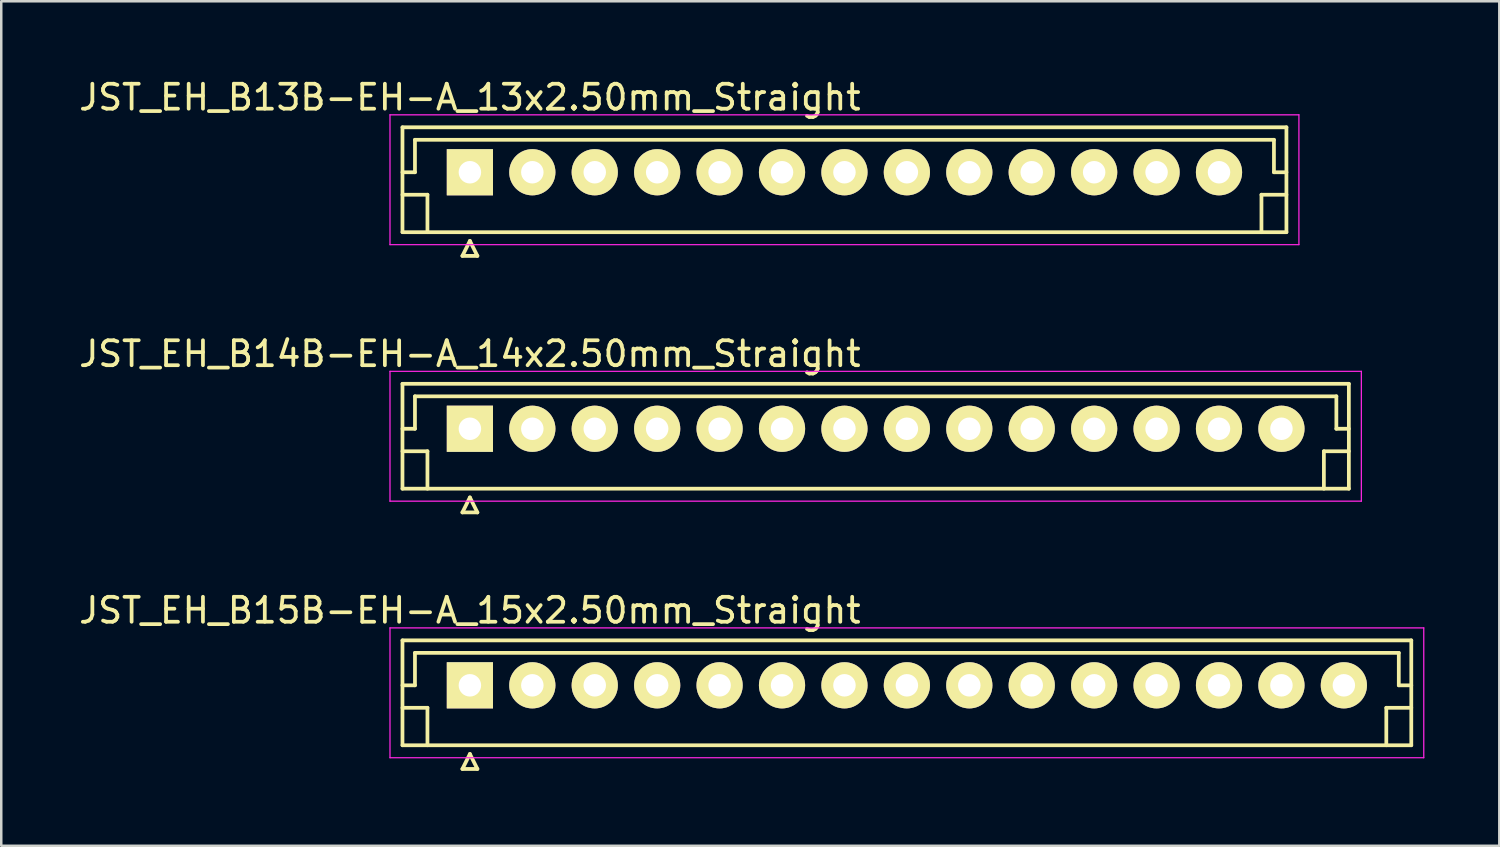
<source format=kicad_pcb>
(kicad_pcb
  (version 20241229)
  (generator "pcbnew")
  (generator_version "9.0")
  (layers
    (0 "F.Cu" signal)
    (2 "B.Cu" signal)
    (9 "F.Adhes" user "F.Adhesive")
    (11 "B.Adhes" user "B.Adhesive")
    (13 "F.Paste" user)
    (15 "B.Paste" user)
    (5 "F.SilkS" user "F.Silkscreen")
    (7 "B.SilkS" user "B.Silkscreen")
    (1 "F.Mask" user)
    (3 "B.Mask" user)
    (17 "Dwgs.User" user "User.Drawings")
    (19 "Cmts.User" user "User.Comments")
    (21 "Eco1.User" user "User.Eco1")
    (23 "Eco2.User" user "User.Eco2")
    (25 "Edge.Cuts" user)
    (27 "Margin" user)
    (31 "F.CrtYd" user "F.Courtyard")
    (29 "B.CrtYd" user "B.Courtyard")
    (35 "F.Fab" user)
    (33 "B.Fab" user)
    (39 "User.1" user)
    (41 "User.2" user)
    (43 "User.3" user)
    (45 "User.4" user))
  (footprint "JST_EH_B14B-EH-A_14x2.50mm_Straight"
    (layer "F.Cu")
    (at 15.768 14.121)
    (property "Reference" "JST_EH_B14B-EH-A_14x2.50mm_Straight" (at 0 -3 0) (layer "F.SilkS") (effects (font (size 1 1) (thickness 0.15))))
    (attr through_hole)
    (fp_line (start -2.7 -1.8) (end -2.7 2.4) (stroke (width 0.15) (type solid)) (layer "F.SilkS"))
    (fp_line (start -2.7 0) (end -2.2 0) (stroke (width 0.15) (type solid)) (layer "F.SilkS"))
    (fp_line (start -2.7 0.9) (end -1.7 0.9) (stroke (width 0.15) (type solid)) (layer "F.SilkS"))
    (fp_line (start -2.7 2.4) (end 35.2 2.4) (stroke (width 0.15) (type solid)) (layer "F.SilkS"))
    (fp_line (start -2.2 -1.3) (end 34.7 -1.3) (stroke (width 0.15) (type solid)) (layer "F.SilkS"))
    (fp_line (start -2.2 0) (end -2.2 -1.3) (stroke (width 0.15) (type solid)) (layer "F.SilkS"))
    (fp_line (start -1.7 0.9) (end -1.7 2.4) (stroke (width 0.15) (type solid)) (layer "F.SilkS"))
    (fp_line (start -0.3 3.35) (end 0.3 3.35) (stroke (width 0.15) (type solid)) (layer "F.SilkS"))
    (fp_line (start 0 2.75) (end -0.3 3.35) (stroke (width 0.15) (type solid)) (layer "F.SilkS"))
    (fp_line (start 0.3 3.35) (end 0 2.75) (stroke (width 0.15) (type solid)) (layer "F.SilkS"))
    (fp_line (start 34.2 0.9) (end 34.2 2.4) (stroke (width 0.15) (type solid)) (layer "F.SilkS"))
    (fp_line (start 34.7 -1.3) (end 34.7 0) (stroke (width 0.15) (type solid)) (layer "F.SilkS"))
    (fp_line (start 34.7 0) (end 35.2 0) (stroke (width 0.15) (type solid)) (layer "F.SilkS"))
    (fp_line (start 35.2 -1.8) (end -2.7 -1.8) (stroke (width 0.15) (type solid)) (layer "F.SilkS"))
    (fp_line (start 35.2 0.9) (end 34.2 0.9) (stroke (width 0.15) (type solid)) (layer "F.SilkS"))
    (fp_line (start 35.2 2.4) (end 35.2 -1.8) (stroke (width 0.15) (type solid)) (layer "F.SilkS"))
    (fp_line (start -3.2 -2.3) (end -3.2 2.9) (stroke (width 0.05) (type solid)) (layer "F.CrtYd"))
    (fp_line (start -3.2 2.9) (end 35.7 2.9) (stroke (width 0.05) (type solid)) (layer "F.CrtYd"))
    (fp_line (start 35.7 -2.3) (end -3.2 -2.3) (stroke (width 0.05) (type solid)) (layer "F.CrtYd"))
    (fp_line (start 35.7 2.9) (end 35.7 -2.3) (stroke (width 0.05) (type solid)) (layer "F.CrtYd"))
    (pad "1" thru_hole rect (at 0 0) (size 1.85 1.85) (drill 0.9) (layers "*.Cu" "*.Mask" "F.SilkS"))
    (pad "2" thru_hole circle (at 2.5 0) (size 1.85 1.85) (drill 0.9) (layers "*.Cu" "*.Mask" "F.SilkS"))
    (pad "3" thru_hole circle (at 5 0) (size 1.85 1.85) (drill 0.9) (layers "*.Cu" "*.Mask" "F.SilkS"))
    (pad "4" thru_hole circle (at 7.5 0) (size 1.85 1.85) (drill 0.9) (layers "*.Cu" "*.Mask" "F.SilkS"))
    (pad "5" thru_hole circle (at 10 0) (size 1.85 1.85) (drill 0.9) (layers "*.Cu" "*.Mask" "F.SilkS"))
    (pad "6" thru_hole circle (at 12.5 0) (size 1.85 1.85) (drill 0.9) (layers "*.Cu" "*.Mask" "F.SilkS"))
    (pad "7" thru_hole circle (at 15 0) (size 1.85 1.85) (drill 0.9) (layers "*.Cu" "*.Mask" "F.SilkS"))
    (pad "8" thru_hole circle (at 17.5 0) (size 1.85 1.85) (drill 0.9) (layers "*.Cu" "*.Mask" "F.SilkS"))
    (pad "9" thru_hole circle (at 20 0) (size 1.85 1.85) (drill 0.9) (layers "*.Cu" "*.Mask" "F.SilkS"))
    (pad "10" thru_hole circle (at 22.5 0) (size 1.85 1.85) (drill 0.9) (layers "*.Cu" "*.Mask" "F.SilkS"))
    (pad "11" thru_hole circle (at 25 0) (size 1.85 1.85) (drill 0.9) (layers "*.Cu" "*.Mask" "F.SilkS"))
    (pad "12" thru_hole circle (at 27.5 0) (size 1.85 1.85) (drill 0.9) (layers "*.Cu" "*.Mask" "F.SilkS"))
    (pad "13" thru_hole circle (at 30 0) (size 1.85 1.85) (drill 0.9) (layers "*.Cu" "*.Mask" "F.SilkS"))
    (pad "14" thru_hole circle (at 32.5 0) (size 1.85 1.85) (drill 0.9) (layers "*.Cu" "*.Mask" "F.SilkS")))
  (footprint "JST_EH_B13B-EH-A_13x2.50mm_Straight"
    (layer "F.Cu")
    (at 15.768 3.848)
    (property "Reference" "JST_EH_B13B-EH-A_13x2.50mm_Straight" (at 0 -3 0) (layer "F.SilkS") (effects (font (size 1 1) (thickness 0.15))))
    (attr through_hole)
    (fp_line (start -2.7 -1.8) (end -2.7 2.4) (stroke (width 0.15) (type solid)) (layer "F.SilkS"))
    (fp_line (start -2.7 0) (end -2.2 0) (stroke (width 0.15) (type solid)) (layer "F.SilkS"))
    (fp_line (start -2.7 0.9) (end -1.7 0.9) (stroke (width 0.15) (type solid)) (layer "F.SilkS"))
    (fp_line (start -2.7 2.4) (end 32.7 2.4) (stroke (width 0.15) (type solid)) (layer "F.SilkS"))
    (fp_line (start -2.2 -1.3) (end 32.2 -1.3) (stroke (width 0.15) (type solid)) (layer "F.SilkS"))
    (fp_line (start -2.2 0) (end -2.2 -1.3) (stroke (width 0.15) (type solid)) (layer "F.SilkS"))
    (fp_line (start -1.7 0.9) (end -1.7 2.4) (stroke (width 0.15) (type solid)) (layer "F.SilkS"))
    (fp_line (start -0.3 3.35) (end 0.3 3.35) (stroke (width 0.15) (type solid)) (layer "F.SilkS"))
    (fp_line (start 0 2.75) (end -0.3 3.35) (stroke (width 0.15) (type solid)) (layer "F.SilkS"))
    (fp_line (start 0.3 3.35) (end 0 2.75) (stroke (width 0.15) (type solid)) (layer "F.SilkS"))
    (fp_line (start 31.7 0.9) (end 31.7 2.4) (stroke (width 0.15) (type solid)) (layer "F.SilkS"))
    (fp_line (start 32.2 -1.3) (end 32.2 0) (stroke (width 0.15) (type solid)) (layer "F.SilkS"))
    (fp_line (start 32.2 0) (end 32.7 0) (stroke (width 0.15) (type solid)) (layer "F.SilkS"))
    (fp_line (start 32.7 -1.8) (end -2.7 -1.8) (stroke (width 0.15) (type solid)) (layer "F.SilkS"))
    (fp_line (start 32.7 0.9) (end 31.7 0.9) (stroke (width 0.15) (type solid)) (layer "F.SilkS"))
    (fp_line (start 32.7 2.4) (end 32.7 -1.8) (stroke (width 0.15) (type solid)) (layer "F.SilkS"))
    (fp_line (start -3.2 -2.3) (end -3.2 2.9) (stroke (width 0.05) (type solid)) (layer "F.CrtYd"))
    (fp_line (start -3.2 2.9) (end 33.2 2.9) (stroke (width 0.05) (type solid)) (layer "F.CrtYd"))
    (fp_line (start 33.2 -2.3) (end -3.2 -2.3) (stroke (width 0.05) (type solid)) (layer "F.CrtYd"))
    (fp_line (start 33.2 2.9) (end 33.2 -2.3) (stroke (width 0.05) (type solid)) (layer "F.CrtYd"))
    (pad "1" thru_hole rect (at 0 0) (size 1.85 1.85) (drill 0.9) (layers "*.Cu" "*.Mask" "F.SilkS"))
    (pad "2" thru_hole circle (at 2.5 0) (size 1.85 1.85) (drill 0.9) (layers "*.Cu" "*.Mask" "F.SilkS"))
    (pad "3" thru_hole circle (at 5 0) (size 1.85 1.85) (drill 0.9) (layers "*.Cu" "*.Mask" "F.SilkS"))
    (pad "4" thru_hole circle (at 7.5 0) (size 1.85 1.85) (drill 0.9) (layers "*.Cu" "*.Mask" "F.SilkS"))
    (pad "5" thru_hole circle (at 10 0) (size 1.85 1.85) (drill 0.9) (layers "*.Cu" "*.Mask" "F.SilkS"))
    (pad "6" thru_hole circle (at 12.5 0) (size 1.85 1.85) (drill 0.9) (layers "*.Cu" "*.Mask" "F.SilkS"))
    (pad "7" thru_hole circle (at 15 0) (size 1.85 1.85) (drill 0.9) (layers "*.Cu" "*.Mask" "F.SilkS"))
    (pad "8" thru_hole circle (at 17.5 0) (size 1.85 1.85) (drill 0.9) (layers "*.Cu" "*.Mask" "F.SilkS"))
    (pad "9" thru_hole circle (at 20 0) (size 1.85 1.85) (drill 0.9) (layers "*.Cu" "*.Mask" "F.SilkS"))
    (pad "10" thru_hole circle (at 22.5 0) (size 1.85 1.85) (drill 0.9) (layers "*.Cu" "*.Mask" "F.SilkS"))
    (pad "11" thru_hole circle (at 25 0) (size 1.85 1.85) (drill 0.9) (layers "*.Cu" "*.Mask" "F.SilkS"))
    (pad "12" thru_hole circle (at 27.5 0) (size 1.85 1.85) (drill 0.9) (layers "*.Cu" "*.Mask" "F.SilkS"))
    (pad "13" thru_hole circle (at 30 0) (size 1.85 1.85) (drill 0.9) (layers "*.Cu" "*.Mask" "F.SilkS")))
  (footprint "JST_EH_B15B-EH-A_15x2.50mm_Straight"
    (layer "F.Cu")
    (at 15.768 24.395)
    (property "Reference" "JST_EH_B15B-EH-A_15x2.50mm_Straight" (at 0 -3 0) (layer "F.SilkS") (effects (font (size 1 1) (thickness 0.15))))
    (attr through_hole)
    (fp_line (start -2.7 -1.8) (end -2.7 2.4) (stroke (width 0.15) (type solid)) (layer "F.SilkS"))
    (fp_line (start -2.7 0) (end -2.2 0) (stroke (width 0.15) (type solid)) (layer "F.SilkS"))
    (fp_line (start -2.7 0.9) (end -1.7 0.9) (stroke (width 0.15) (type solid)) (layer "F.SilkS"))
    (fp_line (start -2.7 2.4) (end 37.7 2.4) (stroke (width 0.15) (type solid)) (layer "F.SilkS"))
    (fp_line (start -2.2 -1.3) (end 37.2 -1.3) (stroke (width 0.15) (type solid)) (layer "F.SilkS"))
    (fp_line (start -2.2 0) (end -2.2 -1.3) (stroke (width 0.15) (type solid)) (layer "F.SilkS"))
    (fp_line (start -1.7 0.9) (end -1.7 2.4) (stroke (width 0.15) (type solid)) (layer "F.SilkS"))
    (fp_line (start -0.3 3.35) (end 0.3 3.35) (stroke (width 0.15) (type solid)) (layer "F.SilkS"))
    (fp_line (start 0 2.75) (end -0.3 3.35) (stroke (width 0.15) (type solid)) (layer "F.SilkS"))
    (fp_line (start 0.3 3.35) (end 0 2.75) (stroke (width 0.15) (type solid)) (layer "F.SilkS"))
    (fp_line (start 36.7 0.9) (end 36.7 2.4) (stroke (width 0.15) (type solid)) (layer "F.SilkS"))
    (fp_line (start 37.2 -1.3) (end 37.2 0) (stroke (width 0.15) (type solid)) (layer "F.SilkS"))
    (fp_line (start 37.2 0) (end 37.7 0) (stroke (width 0.15) (type solid)) (layer "F.SilkS"))
    (fp_line (start 37.7 -1.8) (end -2.7 -1.8) (stroke (width 0.15) (type solid)) (layer "F.SilkS"))
    (fp_line (start 37.7 0.9) (end 36.7 0.9) (stroke (width 0.15) (type solid)) (layer "F.SilkS"))
    (fp_line (start 37.7 2.4) (end 37.7 -1.8) (stroke (width 0.15) (type solid)) (layer "F.SilkS"))
    (fp_line (start -3.2 -2.3) (end -3.2 2.9) (stroke (width 0.05) (type solid)) (layer "F.CrtYd"))
    (fp_line (start -3.2 2.9) (end 38.2 2.9) (stroke (width 0.05) (type solid)) (layer "F.CrtYd"))
    (fp_line (start 38.2 -2.3) (end -3.2 -2.3) (stroke (width 0.05) (type solid)) (layer "F.CrtYd"))
    (fp_line (start 38.2 2.9) (end 38.2 -2.3) (stroke (width 0.05) (type solid)) (layer "F.CrtYd"))
    (pad "1" thru_hole rect (at 0 0) (size 1.85 1.85) (drill 0.9) (layers "*.Cu" "*.Mask" "F.SilkS"))
    (pad "2" thru_hole circle (at 2.5 0) (size 1.85 1.85) (drill 0.9) (layers "*.Cu" "*.Mask" "F.SilkS"))
    (pad "3" thru_hole circle (at 5 0) (size 1.85 1.85) (drill 0.9) (layers "*.Cu" "*.Mask" "F.SilkS"))
    (pad "4" thru_hole circle (at 7.5 0) (size 1.85 1.85) (drill 0.9) (layers "*.Cu" "*.Mask" "F.SilkS"))
    (pad "5" thru_hole circle (at 10 0) (size 1.85 1.85) (drill 0.9) (layers "*.Cu" "*.Mask" "F.SilkS"))
    (pad "6" thru_hole circle (at 12.5 0) (size 1.85 1.85) (drill 0.9) (layers "*.Cu" "*.Mask" "F.SilkS"))
    (pad "7" thru_hole circle (at 15 0) (size 1.85 1.85) (drill 0.9) (layers "*.Cu" "*.Mask" "F.SilkS"))
    (pad "8" thru_hole circle (at 17.5 0) (size 1.85 1.85) (drill 0.9) (layers "*.Cu" "*.Mask" "F.SilkS"))
    (pad "9" thru_hole circle (at 20 0) (size 1.85 1.85) (drill 0.9) (layers "*.Cu" "*.Mask" "F.SilkS"))
    (pad "10" thru_hole circle (at 22.5 0) (size 1.85 1.85) (drill 0.9) (layers "*.Cu" "*.Mask" "F.SilkS"))
    (pad "11" thru_hole circle (at 25 0) (size 1.85 1.85) (drill 0.9) (layers "*.Cu" "*.Mask" "F.SilkS"))
    (pad "12" thru_hole circle (at 27.5 0) (size 1.85 1.85) (drill 0.9) (layers "*.Cu" "*.Mask" "F.SilkS"))
    (pad "13" thru_hole circle (at 30 0) (size 1.85 1.85) (drill 0.9) (layers "*.Cu" "*.Mask" "F.SilkS"))
    (pad "14" thru_hole circle (at 32.5 0) (size 1.85 1.85) (drill 0.9) (layers "*.Cu" "*.Mask" "F.SilkS"))
    (pad "15" thru_hole circle (at 35 0) (size 1.85 1.85) (drill 0.9) (layers "*.Cu" "*.Mask" "F.SilkS")))
  (gr_rect
    (start -3 -3)
    (end 56.993 30.82)
    (stroke (width 0.1) (type default))
    (fill no)
    (layer "Edge.Cuts")))
</source>
